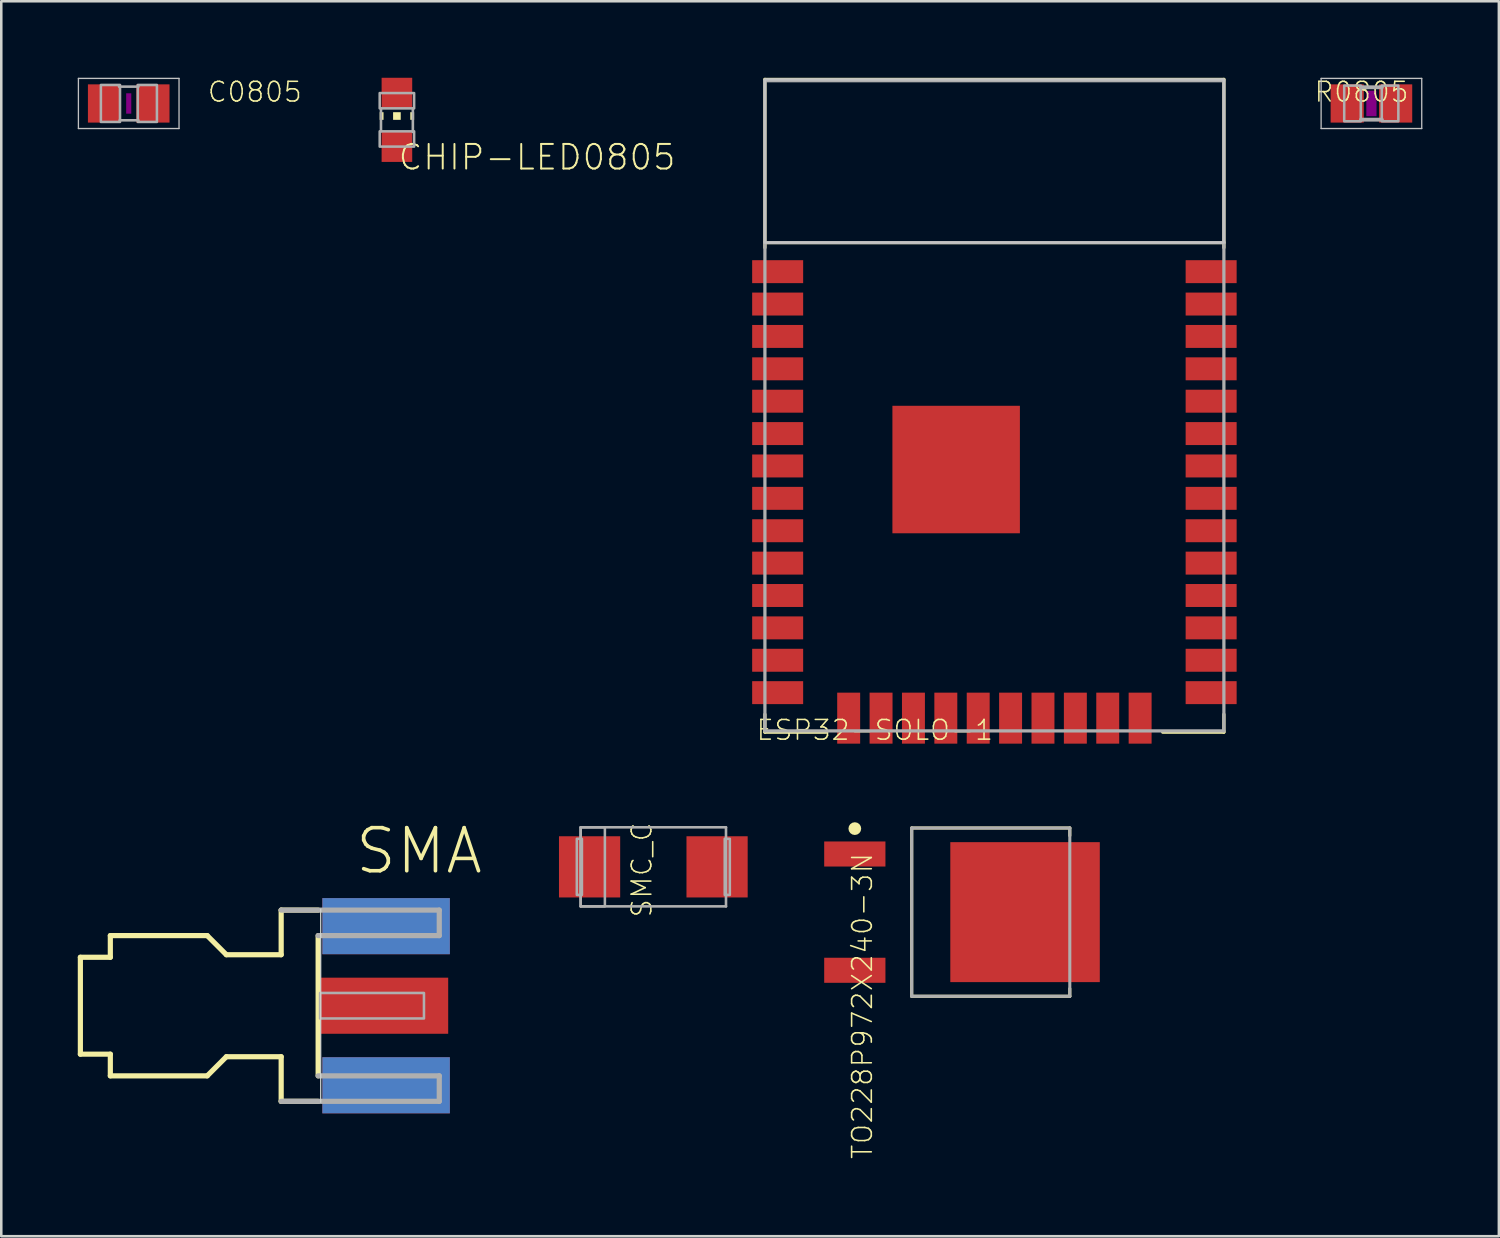
<source format=kicad_pcb>
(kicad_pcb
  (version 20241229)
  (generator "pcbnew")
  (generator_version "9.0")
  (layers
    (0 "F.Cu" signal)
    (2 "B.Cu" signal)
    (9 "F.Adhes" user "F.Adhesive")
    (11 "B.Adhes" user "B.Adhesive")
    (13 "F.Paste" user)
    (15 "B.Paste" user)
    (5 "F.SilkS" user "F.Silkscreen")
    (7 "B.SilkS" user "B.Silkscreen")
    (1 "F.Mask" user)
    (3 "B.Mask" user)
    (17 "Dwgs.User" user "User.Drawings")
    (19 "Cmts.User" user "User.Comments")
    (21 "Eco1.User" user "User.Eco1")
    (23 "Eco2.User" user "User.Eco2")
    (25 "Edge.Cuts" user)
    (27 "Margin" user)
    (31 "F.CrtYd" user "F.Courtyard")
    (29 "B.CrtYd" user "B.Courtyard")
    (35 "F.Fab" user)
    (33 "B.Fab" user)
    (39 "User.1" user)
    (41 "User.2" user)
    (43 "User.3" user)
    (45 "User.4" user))
  (footprint "TO228P972X240-3N"
    (layer "F.Cu")
    (at 34.677 32.722)
    (property "Reference" "TO228P972X240-3N" (at -3.459 3.683 270) (layer "F.SilkS") (effects (font (size 0.772 0.772) (thickness 0.062)) (justify bottom)))
    (attr through_hole)
    (fp_line (start -1.972 -3.3) (end -1.972 3.3) (stroke (width 0.12) (type solid)) (layer "F.SilkS"))
    (fp_line (start -1.972 3.3) (end 4.228 3.3) (stroke (width 0.12) (type solid)) (layer "F.SilkS"))
    (fp_line (start 4.228 -3.3) (end -1.972 -3.3) (stroke (width 0.12) (type solid)) (layer "F.SilkS"))
    (fp_line (start 4.228 -2.999) (end 4.228 -3.3) (stroke (width 0.12) (type solid)) (layer "F.SilkS"))
    (fp_line (start 4.228 3.3) (end 4.228 2.999) (stroke (width 0.12) (type solid)) (layer "F.SilkS"))
    (fp_circle (center -4.203 -3.276) (end -4.078 -3.276) (stroke (width 0.25) (type solid)) (fill no) (layer "F.SilkS"))
    (fp_line (start -1.972 -3.3) (end 4.228 -3.3) (stroke (width 0.12) (type solid)) (layer "F.Fab"))
    (fp_line (start -1.972 3.3) (end -1.972 -3.3) (stroke (width 0.12) (type solid)) (layer "F.Fab"))
    (fp_line (start 4.228 -3.3) (end 4.228 3.3) (stroke (width 0.12) (type solid)) (layer "F.Fab"))
    (fp_line (start 4.228 3.3) (end -1.972 3.3) (stroke (width 0.12) (type solid)) (layer "F.Fab"))
    (pad "1" smd rect (at -4.203 -2.28) (size 2.402 0.983) (layers "F.Cu" "F.Mask" "F.Paste"))
    (pad "2" smd rect (at -4.203 2.28) (size 2.402 0.983) (layers "F.Cu" "F.Mask" "F.Paste"))
    (pad "3" smd rect (at 2.473 0) (size 5.863 5.489) (layers "F.Cu" "F.Mask" "F.Paste")))
  (footprint "C0805"
    (layer "F.Cu")
    (at 1.998 1.008)
    (property "Reference" "C0805" (at 3.048 0 180) (layer "F.SilkS") (effects (font (size 0.772 0.772) (thickness 0.062)) (justify left bottom)))
    (attr through_hole)
    (fp_poly (pts (xy -0.1 0.4) (xy 0.1 0.4) (xy 0.1 -0.4) (xy -0.1 -0.4)) (stroke (width 0) (type solid)) (fill yes) (layer "F.Adhes"))
    (fp_line (start -1.973 -0.983) (end 1.973 -0.983) (stroke (width 0.051) (type solid)) (layer "Dwgs.User"))
    (fp_line (start -1.973 0.983) (end -1.973 -0.983) (stroke (width 0.051) (type solid)) (layer "Dwgs.User"))
    (fp_line (start 1.973 -0.983) (end 1.973 0.983) (stroke (width 0.051) (type solid)) (layer "Dwgs.User"))
    (fp_line (start 1.973 0.983) (end -1.973 0.983) (stroke (width 0.051) (type solid)) (layer "Dwgs.User"))
    (fp_line (start -0.381 -0.66) (end 0.381 -0.66) (stroke (width 0.102) (type solid)) (layer "F.Fab"))
    (fp_line (start -0.356 0.66) (end 0.381 0.66) (stroke (width 0.102) (type solid)) (layer "F.Fab"))
    (fp_poly (pts (xy -1.092 0.724) (xy -0.342 0.724) (xy -0.342 -0.726) (xy -1.092 -0.726)) (stroke (width 0.1) (type solid)) (fill no) (layer "F.Fab"))
    (fp_poly (pts (xy 0.356 0.724) (xy 1.106 0.724) (xy 1.106 -0.726) (xy 0.356 -0.726)) (stroke (width 0.1) (type solid)) (fill no) (layer "F.Fab"))
    (pad "1" smd rect (at -0.95 0) (size 1.3 1.5) (layers "F.Cu" "F.Mask" "F.Paste"))
    (pad "2" smd rect (at 0.95 0) (size 1.3 1.5) (layers "F.Cu" "F.Mask" "F.Paste")))
  (footprint "R0805"
    (layer "F.Cu")
    (at 50.734 1.008)
    (property "Reference" "R0805" (at -2.286 0 0) (layer "F.SilkS") (effects (font (size 0.772 0.772) (thickness 0.062)) (justify left bottom)))
    (attr through_hole)
    (fp_poly (pts (xy -0.2 0.5) (xy 0.2 0.5) (xy 0.2 -0.5) (xy -0.2 -0.5)) (stroke (width 0) (type solid)) (fill yes) (layer "F.Adhes"))
    (fp_line (start -1.973 -0.983) (end 1.973 -0.983) (stroke (width 0.051) (type solid)) (layer "Dwgs.User"))
    (fp_line (start -1.973 0.983) (end -1.973 -0.983) (stroke (width 0.051) (type solid)) (layer "Dwgs.User"))
    (fp_line (start 1.973 -0.983) (end 1.973 0.983) (stroke (width 0.051) (type solid)) (layer "Dwgs.User"))
    (fp_line (start 1.973 0.983) (end -1.973 0.983) (stroke (width 0.051) (type solid)) (layer "Dwgs.User"))
    (fp_line (start -0.41 -0.635) (end 0.41 -0.635) (stroke (width 0.152) (type solid)) (layer "F.Fab"))
    (fp_line (start -0.41 0.635) (end 0.41 0.635) (stroke (width 0.152) (type solid)) (layer "F.Fab"))
    (fp_poly (pts (xy -1.067 0.699) (xy -0.417 0.699) (xy -0.417 -0.702) (xy -1.067 -0.702)) (stroke (width 0.1) (type solid)) (fill no) (layer "F.Fab"))
    (fp_poly (pts (xy 0.406 0.699) (xy 1.056 0.699) (xy 1.056 -0.702) (xy 0.406 -0.702)) (stroke (width 0.1) (type solid)) (fill no) (layer "F.Fab"))
    (pad "1" smd rect (at -0.95 0) (size 1.3 1.5) (layers "F.Cu" "F.Mask" "F.Paste"))
    (pad "2" smd rect (at 0.95 0) (size 1.3 1.5) (layers "F.Cu" "F.Mask" "F.Paste")))
  (footprint "SMA"
    (layer "F.Cu")
    (at 9.527 36.392)
    (property "Reference" "SMA" (at 1.27 -5.08 0) (layer "F.SilkS") (effects (font (size 1.689 1.689) (thickness 0.142)) (justify left bottom)))
    (attr through_hole)
    (fp_line (start -9.425 -1.9) (end -8.25 -1.9) (stroke (width 0.203) (type solid)) (layer "F.SilkS"))
    (fp_line (start -9.425 1.9) (end -9.425 -1.9) (stroke (width 0.203) (type solid)) (layer "F.SilkS"))
    (fp_line (start -8.25 -2.75) (end -4.45 -2.75) (stroke (width 0.203) (type solid)) (layer "F.SilkS"))
    (fp_line (start -8.25 -1.9) (end -8.25 -2.75) (stroke (width 0.203) (type solid)) (layer "F.SilkS"))
    (fp_line (start -8.25 1.9) (end -9.425 1.9) (stroke (width 0.203) (type solid)) (layer "F.SilkS"))
    (fp_line (start -8.25 2.75) (end -8.25 1.9) (stroke (width 0.203) (type solid)) (layer "F.SilkS"))
    (fp_line (start -4.45 -2.75) (end -3.7 -2) (stroke (width 0.203) (type solid)) (layer "F.SilkS"))
    (fp_line (start -4.45 2.75) (end -8.25 2.75) (stroke (width 0.203) (type solid)) (layer "F.SilkS"))
    (fp_line (start -3.7 -2) (end -1.55 -2) (stroke (width 0.203) (type solid)) (layer "F.SilkS"))
    (fp_line (start -3.7 2) (end -4.45 2.75) (stroke (width 0.203) (type solid)) (layer "F.SilkS"))
    (fp_line (start -1.55 -3.75) (end -0.1 -3.75) (stroke (width 0.203) (type solid)) (layer "F.SilkS"))
    (fp_line (start -1.55 -2) (end -1.55 -3.75) (stroke (width 0.203) (type solid)) (layer "F.SilkS"))
    (fp_line (start -1.55 2) (end -3.7 2) (stroke (width 0.203) (type solid)) (layer "F.SilkS"))
    (fp_line (start -1.55 3.75) (end -1.55 2) (stroke (width 0.203) (type solid)) (layer "F.SilkS"))
    (fp_line (start -0.1 2.75) (end -0.1 -2.75) (stroke (width 0.203) (type solid)) (layer "F.SilkS"))
    (fp_line (start -0.1 3.75) (end -1.55 3.75) (stroke (width 0.203) (type solid)) (layer "F.SilkS"))
    (fp_line (start 0 -3.788) (end 0 3.788) (stroke (width 0.05) (type solid)) (layer "Edge.Cuts"))
    (fp_line (start -1.55 -3.75) (end 4.65 -3.75) (stroke (width 0.203) (type solid)) (layer "F.Fab"))
    (fp_line (start -0.1 -2.75) (end 4.65 -2.75) (stroke (width 0.203) (type solid)) (layer "F.Fab"))
    (fp_line (start 4.65 -2.75) (end 4.65 -3.75) (stroke (width 0.203) (type solid)) (layer "F.Fab"))
    (fp_line (start 4.65 2.75) (end -0.1 2.75) (stroke (width 0.203) (type solid)) (layer "F.Fab"))
    (fp_line (start 4.65 3.75) (end -1.55 3.75) (stroke (width 0.203) (type solid)) (layer "F.Fab"))
    (fp_line (start 4.65 3.75) (end 4.65 2.75) (stroke (width 0.203) (type solid)) (layer "F.Fab"))
    (fp_poly (pts (xy -0.025 0.5) (xy 4.05 0.5) (xy 4.05 -0.5) (xy -0.025 -0.5)) (stroke (width 0.1) (type solid)) (fill no) (layer "F.Fab"))
    (pad "1" smd rect (at 2.5 0) (size 5 2.2) (layers "F.Cu" "F.Mask" "F.Paste"))
    (pad "G@1" smd rect (at 2.565 -3.12) (size 5 2.2) (layers "F.Cu" "F.Mask" "F.Paste"))
    (pad "G@2" smd rect (at 2.565 3.12) (size 5 2.2) (layers "F.Cu" "F.Mask" "F.Paste"))
    (pad "G@3" smd rect (at 2.565 -3.12) (size 5 2.2) (layers "B.Cu" "B.Mask" "B.Paste"))
    (pad "G@4" smd rect (at 2.565 3.12) (size 5 2.2) (layers "B.Cu" "B.Mask" "B.Paste")))
  (footprint "SMC_C"
    (layer "F.Cu")
    (at 22.572 30.946)
    (property "Reference" "SMC_C" (at 0 2.032 90) (layer "F.SilkS") (effects (font (size 0.772 0.772) (thickness 0.062)) (justify left bottom)))
    (attr through_hole)
    (fp_line (start -2.85 -1.55) (end 2.85 -1.55) (stroke (width 0.102) (type solid)) (layer "F.Fab"))
    (fp_line (start -2.85 1.55) (end -2.85 -1.55) (stroke (width 0.102) (type solid)) (layer "F.Fab"))
    (fp_line (start 2.85 -1.55) (end 2.85 1.55) (stroke (width 0.102) (type solid)) (layer "F.Fab"))
    (fp_line (start 2.85 1.55) (end -2.85 1.55) (stroke (width 0.102) (type solid)) (layer "F.Fab"))
    (fp_poly (pts (xy -3 1.1) (xy -2.8 1.1) (xy -2.8 -1.1) (xy -3 -1.1)) (stroke (width 0.1) (type solid)) (fill no) (layer "F.Fab"))
    (fp_poly (pts (xy -2.85 1.55) (xy -1.9 1.55) (xy -1.9 -1.55) (xy -2.85 -1.55)) (stroke (width 0.1) (type solid)) (fill no) (layer "F.Fab"))
    (fp_poly (pts (xy 3 -1.1) (xy 2.8 -1.1) (xy 2.8 1.1) (xy 3 1.1)) (stroke (width 0.1) (type solid)) (fill no) (layer "F.Fab"))
    (pad "+" smd rect (at -2.5 0) (size 2.4 2.4) (layers "F.Cu" "F.Mask" "F.Paste"))
    (pad "-" smd rect (at 2.5 0 180) (size 2.4 2.4) (layers "F.Cu" "F.Mask" "F.Paste")))
  (footprint "CHIP-LED0805"
    (layer "F.Cu")
    (at 12.516 1.65)
    (property "Reference" "CHIP-LED0805" (at 0 2.032 180) (layer "F.SilkS") (effects (font (size 0.965 0.965) (thickness 0.077)) (justify left bottom)))
    (attr through_hole)
    (fp_poly (pts (xy -0.675 0) (xy -0.525 0) (xy -0.525 -0.3) (xy -0.675 -0.3)) (stroke (width 0) (type solid)) (fill yes) (layer "F.SilkS"))
    (fp_poly (pts (xy -0.15 0) (xy 0.15 0) (xy 0.15 -0.3) (xy -0.15 -0.3)) (stroke (width 0) (type solid)) (fill yes) (layer "F.SilkS"))
    (fp_poly (pts (xy 0.525 0) (xy 0.675 0) (xy 0.675 -0.3) (xy 0.525 -0.3)) (stroke (width 0) (type solid)) (fill yes) (layer "F.SilkS"))
    (fp_line (start -0.625 -0.45) (end -0.625 0.45) (stroke (width 0.102) (type solid)) (layer "F.Fab"))
    (fp_line (start 0.625 -0.45) (end 0.625 0.475) (stroke (width 0.102) (type solid)) (layer "F.Fab"))
    (fp_poly (pts (xy -0.675 -0.45) (xy 0.675 -0.45) (xy 0.675 -1.05) (xy -0.675 -1.05)) (stroke (width 0.1) (type solid)) (fill no) (layer "F.Fab"))
    (fp_poly (pts (xy -0.675 1.05) (xy 0.675 1.05) (xy 0.675 0.45) (xy -0.675 0.45)) (stroke (width 0.1) (type solid)) (fill no) (layer "F.Fab"))
    (pad "A" smd rect (at 0 1.05) (size 1.2 1.2) (layers "F.Cu" "F.Mask" "F.Paste"))
    (pad "C" smd rect (at 0 -1.05) (size 1.2 1.2) (layers "F.Cu" "F.Mask" "F.Paste")))
  (footprint "ESP32-SOLO-1"
    (layer "F.Cu")
    (at 35.948 12.864)
    (property "Reference" "ESP32-SOLO-1" (at -9.381 13.17 0) (layer "F.SilkS") (effects (font (size 0.772 0.772) (thickness 0.062)) (justify left bottom)))
    (attr through_hole)
    (fp_line (start -9 -12.8) (end 9 -12.8) (stroke (width 0.127) (type solid)) (layer "F.SilkS"))
    (fp_line (start -9 -6.4) (end -9 -12.8) (stroke (width 0.127) (type solid)) (layer "F.SilkS"))
    (fp_line (start -9 -6.4) (end 9 -6.4) (stroke (width 0.127) (type solid)) (layer "F.SilkS"))
    (fp_line (start -9 -6.2) (end -9 -6.4) (stroke (width 0.127) (type solid)) (layer "F.SilkS"))
    (fp_line (start -9 12.1) (end -9 12.8) (stroke (width 0.127) (type solid)) (layer "F.SilkS"))
    (fp_line (start -9 12.8) (end -6.6 12.8) (stroke (width 0.127) (type solid)) (layer "F.SilkS"))
    (fp_line (start 6.6 12.8) (end 9 12.8) (stroke (width 0.127) (type solid)) (layer "F.SilkS"))
    (fp_line (start 9 -12.8) (end 9 -6.4) (stroke (width 0.127) (type solid)) (layer "F.SilkS"))
    (fp_line (start 9 -6.4) (end 9 -6.2) (stroke (width 0.127) (type solid)) (layer "F.SilkS"))
    (fp_line (start 9 12.8) (end 9 12.1) (stroke (width 0.127) (type solid)) (layer "F.SilkS"))
    (fp_poly (pts (xy -9 -6.4) (xy 9 -6.4) (xy 9 -12.8) (xy -9 -12.8)) (stroke (width 0.1) (type solid)) (fill no) (layer "Dwgs.User"))
    (fp_line (start -9 -12.75) (end -9 -6.4) (stroke (width 0.127) (type solid)) (layer "F.Fab"))
    (fp_line (start -9 -6.4) (end -9 12.75) (stroke (width 0.127) (type solid)) (layer "F.Fab"))
    (fp_line (start -9 -6.4) (end 9 -6.4) (stroke (width 0.127) (type solid)) (layer "F.Fab"))
    (fp_line (start -9 12.75) (end 9 12.75) (stroke (width 0.127) (type solid)) (layer "F.Fab"))
    (fp_line (start 9 -12.75) (end -9 -12.75) (stroke (width 0.127) (type solid)) (layer "F.Fab"))
    (fp_line (start 9 -6.4) (end 9 -12.75) (stroke (width 0.127) (type solid)) (layer "F.Fab"))
    (fp_line (start 9 12.75) (end 9 -6.4) (stroke (width 0.127) (type solid)) (layer "F.Fab"))
    (pad "1" smd rect (at -8.5 -5.26 90) (size 0.9 2) (layers "F.Cu" "F.Mask" "F.Paste"))
    (pad "2" smd rect (at -8.5 -3.99 90) (size 0.9 2) (layers "F.Cu" "F.Mask" "F.Paste"))
    (pad "3" smd rect (at -8.5 -2.72 90) (size 0.9 2) (layers "F.Cu" "F.Mask" "F.Paste"))
    (pad "4" smd rect (at -8.5 -1.45 90) (size 0.9 2) (layers "F.Cu" "F.Mask" "F.Paste"))
    (pad "5" smd rect (at -8.5 -0.18 90) (size 0.9 2) (layers "F.Cu" "F.Mask" "F.Paste"))
    (pad "6" smd rect (at -8.5 1.09 90) (size 0.9 2) (layers "F.Cu" "F.Mask" "F.Paste"))
    (pad "7" smd rect (at -8.5 2.36 90) (size 0.9 2) (layers "F.Cu" "F.Mask" "F.Paste"))
    (pad "8" smd rect (at -8.5 3.63 90) (size 0.9 2) (layers "F.Cu" "F.Mask" "F.Paste"))
    (pad "9" smd rect (at -8.5 4.9 90) (size 0.9 2) (layers "F.Cu" "F.Mask" "F.Paste"))
    (pad "10" smd rect (at -8.5 6.17 90) (size 0.9 2) (layers "F.Cu" "F.Mask" "F.Paste"))
    (pad "11" smd rect (at -8.5 7.44 90) (size 0.9 2) (layers "F.Cu" "F.Mask" "F.Paste"))
    (pad "12" smd rect (at -8.5 8.71 90) (size 0.9 2) (layers "F.Cu" "F.Mask" "F.Paste"))
    (pad "13" smd rect (at -8.5 9.98 90) (size 0.9 2) (layers "F.Cu" "F.Mask" "F.Paste"))
    (pad "14" smd rect (at -8.5 11.25 90) (size 0.9 2) (layers "F.Cu" "F.Mask" "F.Paste"))
    (pad "15" smd rect (at -5.715 12.25 180) (size 0.9 2) (layers "F.Cu" "F.Mask" "F.Paste"))
    (pad "16" smd rect (at -4.445 12.25 180) (size 0.9 2) (layers "F.Cu" "F.Mask" "F.Paste"))
    (pad "17" smd rect (at -3.175 12.25 180) (size 0.9 2) (layers "F.Cu" "F.Mask" "F.Paste"))
    (pad "18" smd rect (at -1.905 12.25 180) (size 0.9 2) (layers "F.Cu" "F.Mask" "F.Paste"))
    (pad "19" smd rect (at -0.635 12.25 180) (size 0.9 2) (layers "F.Cu" "F.Mask" "F.Paste"))
    (pad "20" smd rect (at 0.635 12.25 180) (size 0.9 2) (layers "F.Cu" "F.Mask" "F.Paste"))
    (pad "21" smd rect (at 1.905 12.25 180) (size 0.9 2) (layers "F.Cu" "F.Mask" "F.Paste"))
    (pad "22" smd rect (at 3.175 12.25 180) (size 0.9 2) (layers "F.Cu" "F.Mask" "F.Paste"))
    (pad "23" smd rect (at 4.445 12.25 180) (size 0.9 2) (layers "F.Cu" "F.Mask" "F.Paste"))
    (pad "24" smd rect (at 5.715 12.25 180) (size 0.9 2) (layers "F.Cu" "F.Mask" "F.Paste"))
    (pad "25" smd rect (at 8.5 11.25 270) (size 0.9 2) (layers "F.Cu" "F.Mask" "F.Paste"))
    (pad "26" smd rect (at 8.5 9.98 270) (size 0.9 2) (layers "F.Cu" "F.Mask" "F.Paste"))
    (pad "27" smd rect (at 8.5 8.71 270) (size 0.9 2) (layers "F.Cu" "F.Mask" "F.Paste"))
    (pad "28" smd rect (at 8.5 7.44 270) (size 0.9 2) (layers "F.Cu" "F.Mask" "F.Paste"))
    (pad "29" smd rect (at 8.5 6.17 270) (size 0.9 2) (layers "F.Cu" "F.Mask" "F.Paste"))
    (pad "30" smd rect (at 8.5 4.9 270) (size 0.9 2) (layers "F.Cu" "F.Mask" "F.Paste"))
    (pad "31" smd rect (at 8.5 3.63 270) (size 0.9 2) (layers "F.Cu" "F.Mask" "F.Paste"))
    (pad "32" smd rect (at 8.5 2.36 270) (size 0.9 2) (layers "F.Cu" "F.Mask" "F.Paste"))
    (pad "33" smd rect (at 8.5 1.09 270) (size 0.9 2) (layers "F.Cu" "F.Mask" "F.Paste"))
    (pad "34" smd rect (at 8.5 -0.18 270) (size 0.9 2) (layers "F.Cu" "F.Mask" "F.Paste"))
    (pad "35" smd rect (at 8.5 -1.45 270) (size 0.9 2) (layers "F.Cu" "F.Mask" "F.Paste"))
    (pad "36" smd rect (at 8.5 -2.72 270) (size 0.9 2) (layers "F.Cu" "F.Mask" "F.Paste"))
    (pad "37" smd rect (at 8.5 -3.99 270) (size 0.9 2) (layers "F.Cu" "F.Mask" "F.Paste"))
    (pad "38" smd rect (at 8.5 -5.26 270) (size 0.9 2) (layers "F.Cu" "F.Mask" "F.Paste"))
    (pad "39" smd rect (at -1.5 2.5) (size 5 5) (layers "F.Cu" "F.Mask" "F.Paste")))
  (gr_rect
    (start -3 -3)
    (end 55.732 45.432)
    (stroke (width 0.1) (type default))
    (fill no)
    (layer "Edge.Cuts")))
</source>
